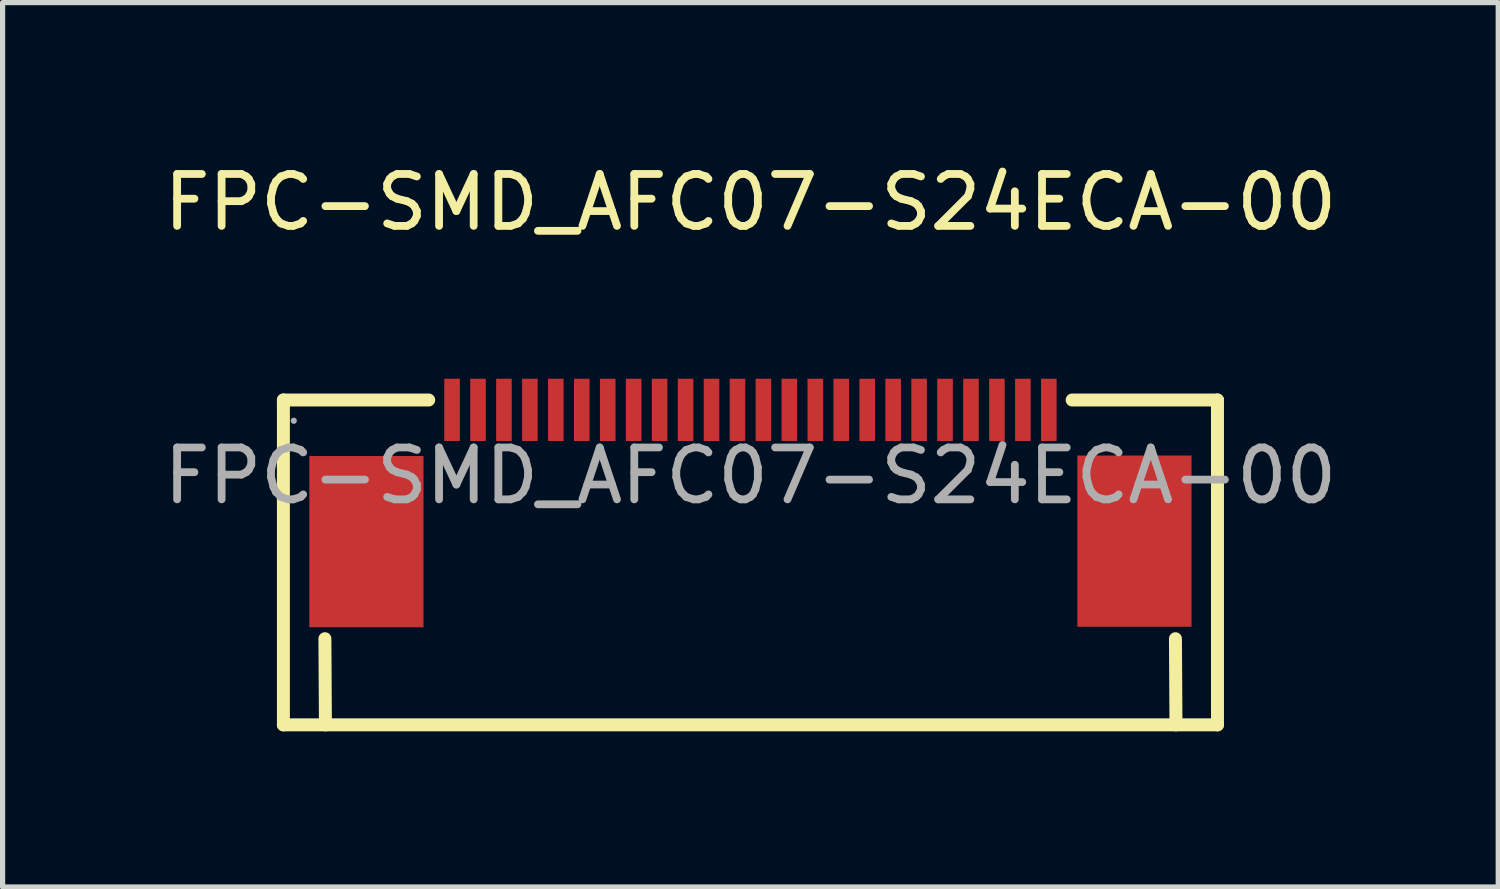
<source format=kicad_pcb>
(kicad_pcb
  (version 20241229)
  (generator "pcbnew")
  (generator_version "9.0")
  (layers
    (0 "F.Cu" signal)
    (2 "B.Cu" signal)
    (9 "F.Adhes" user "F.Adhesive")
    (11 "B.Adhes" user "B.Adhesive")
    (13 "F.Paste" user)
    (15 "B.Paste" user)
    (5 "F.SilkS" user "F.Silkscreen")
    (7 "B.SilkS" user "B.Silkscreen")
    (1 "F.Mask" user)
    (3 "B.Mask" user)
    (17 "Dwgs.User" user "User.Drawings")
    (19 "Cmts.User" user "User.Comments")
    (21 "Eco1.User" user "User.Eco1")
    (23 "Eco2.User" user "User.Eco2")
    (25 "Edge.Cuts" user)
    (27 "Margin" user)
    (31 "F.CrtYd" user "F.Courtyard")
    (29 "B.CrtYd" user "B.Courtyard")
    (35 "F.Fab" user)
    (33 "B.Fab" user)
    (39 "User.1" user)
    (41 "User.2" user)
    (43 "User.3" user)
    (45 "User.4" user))
  (footprint "FPC-SMD_AFC07-S24ECA-00"
    (layer "F.Cu")
    (at 11.411 6.118)
    (property "Reference" "FPC-SMD_AFC07-S24ECA-00" (at 0 -5.27 0) (layer "F.SilkS") (effects (font (size 1 1) (thickness 0.15))))
    (attr smd)
    (fp_line (start -9 -1.46) (end -6.2 -1.46) (stroke (width 0.25) (type solid)) (layer "F.SilkS"))
    (fp_line (start -9 4.8) (end -9 -1.46) (stroke (width 0.25) (type solid)) (layer "F.SilkS"))
    (fp_line (start -9 4.8) (end 9 4.8) (stroke (width 0.25) (type solid)) (layer "F.SilkS"))
    (fp_line (start -8.19 4.8) (end -8.2 3.14) (stroke (width 0.25) (type solid)) (layer "F.SilkS"))
    (fp_line (start 6.2 -1.46) (end 9 -1.46) (stroke (width 0.25) (type solid)) (layer "F.SilkS"))
    (fp_line (start 8.19 3.14) (end 8.2 4.8) (stroke (width 0.25) (type solid)) (layer "F.SilkS"))
    (fp_line (start 9 -1.46) (end 9 4.8) (stroke (width 0.25) (type solid)) (layer "F.SilkS"))
    (fp_circle (center -8.8 -1.06) (end -8.77 -1.06) (stroke (width 0.06) (type solid)) (fill no) (layer "F.Fab"))
    (fp_text user "${REFERENCE}" (at 0 0 0) (layer "F.Fab") (effects (font (size 1 1) (thickness 0.15))))
    (pad "1" smd rect (at 5.75 -1.27 180) (size 0.3 1.2) (layers "F.Cu" "F.Mask" "F.Paste"))
    (pad "2" smd rect (at 5.25 -1.27 180) (size 0.3 1.2) (layers "F.Cu" "F.Mask" "F.Paste"))
    (pad "3" smd rect (at 4.75 -1.27 180) (size 0.3 1.2) (layers "F.Cu" "F.Mask" "F.Paste"))
    (pad "4" smd rect (at 4.25 -1.27 180) (size 0.3 1.2) (layers "F.Cu" "F.Mask" "F.Paste"))
    (pad "5" smd rect (at 3.75 -1.27 180) (size 0.3 1.2) (layers "F.Cu" "F.Mask" "F.Paste"))
    (pad "6" smd rect (at 3.25 -1.27 180) (size 0.3 1.2) (layers "F.Cu" "F.Mask" "F.Paste"))
    (pad "7" smd rect (at 2.75 -1.27 180) (size 0.3 1.2) (layers "F.Cu" "F.Mask" "F.Paste"))
    (pad "8" smd rect (at 2.25 -1.27 180) (size 0.3 1.2) (layers "F.Cu" "F.Mask" "F.Paste"))
    (pad "9" smd rect (at 1.75 -1.27 180) (size 0.3 1.2) (layers "F.Cu" "F.Mask" "F.Paste"))
    (pad "10" smd rect (at 1.25 -1.27 180) (size 0.3 1.2) (layers "F.Cu" "F.Mask" "F.Paste"))
    (pad "11" smd rect (at 0.75 -1.27 180) (size 0.3 1.2) (layers "F.Cu" "F.Mask" "F.Paste"))
    (pad "12" smd rect (at 0.25 -1.27 180) (size 0.3 1.2) (layers "F.Cu" "F.Mask" "F.Paste"))
    (pad "13" smd rect (at -0.25 -1.27 180) (size 0.3 1.2) (layers "F.Cu" "F.Mask" "F.Paste"))
    (pad "14" smd rect (at -0.75 -1.27 180) (size 0.3 1.2) (layers "F.Cu" "F.Mask" "F.Paste"))
    (pad "15" smd rect (at -1.25 -1.27 180) (size 0.3 1.2) (layers "F.Cu" "F.Mask" "F.Paste"))
    (pad "16" smd rect (at -1.75 -1.27 180) (size 0.3 1.2) (layers "F.Cu" "F.Mask" "F.Paste"))
    (pad "17" smd rect (at -2.25 -1.27 180) (size 0.3 1.2) (layers "F.Cu" "F.Mask" "F.Paste"))
    (pad "18" smd rect (at -2.75 -1.27 180) (size 0.3 1.2) (layers "F.Cu" "F.Mask" "F.Paste"))
    (pad "19" smd rect (at -3.25 -1.27 180) (size 0.3 1.2) (layers "F.Cu" "F.Mask" "F.Paste"))
    (pad "20" smd rect (at -3.75 -1.27 180) (size 0.3 1.2) (layers "F.Cu" "F.Mask" "F.Paste"))
    (pad "21" smd rect (at -4.25 -1.27 180) (size 0.3 1.2) (layers "F.Cu" "F.Mask" "F.Paste"))
    (pad "22" smd rect (at -4.75 -1.27 180) (size 0.3 1.2) (layers "F.Cu" "F.Mask" "F.Paste"))
    (pad "23" smd rect (at -5.25 -1.27 180) (size 0.3 1.2) (layers "F.Cu" "F.Mask" "F.Paste"))
    (pad "24" smd rect (at -5.75 -1.27 180) (size 0.3 1.2) (layers "F.Cu" "F.Mask" "F.Paste"))
    (pad "25" smd rect (at -7.4 1.27) (size 2.2 3.3) (layers "F.Cu" "F.Mask" "F.Paste"))
    (pad "26" smd rect (at 7.4 1.26 180) (size 2.2 3.3) (layers "F.Cu" "F.Mask" "F.Paste")))
  (gr_rect
    (start -3 -3)
    (end 25.821 14.043)
    (stroke (width 0.1) (type default))
    (fill no)
    (layer "Edge.Cuts")))
</source>
